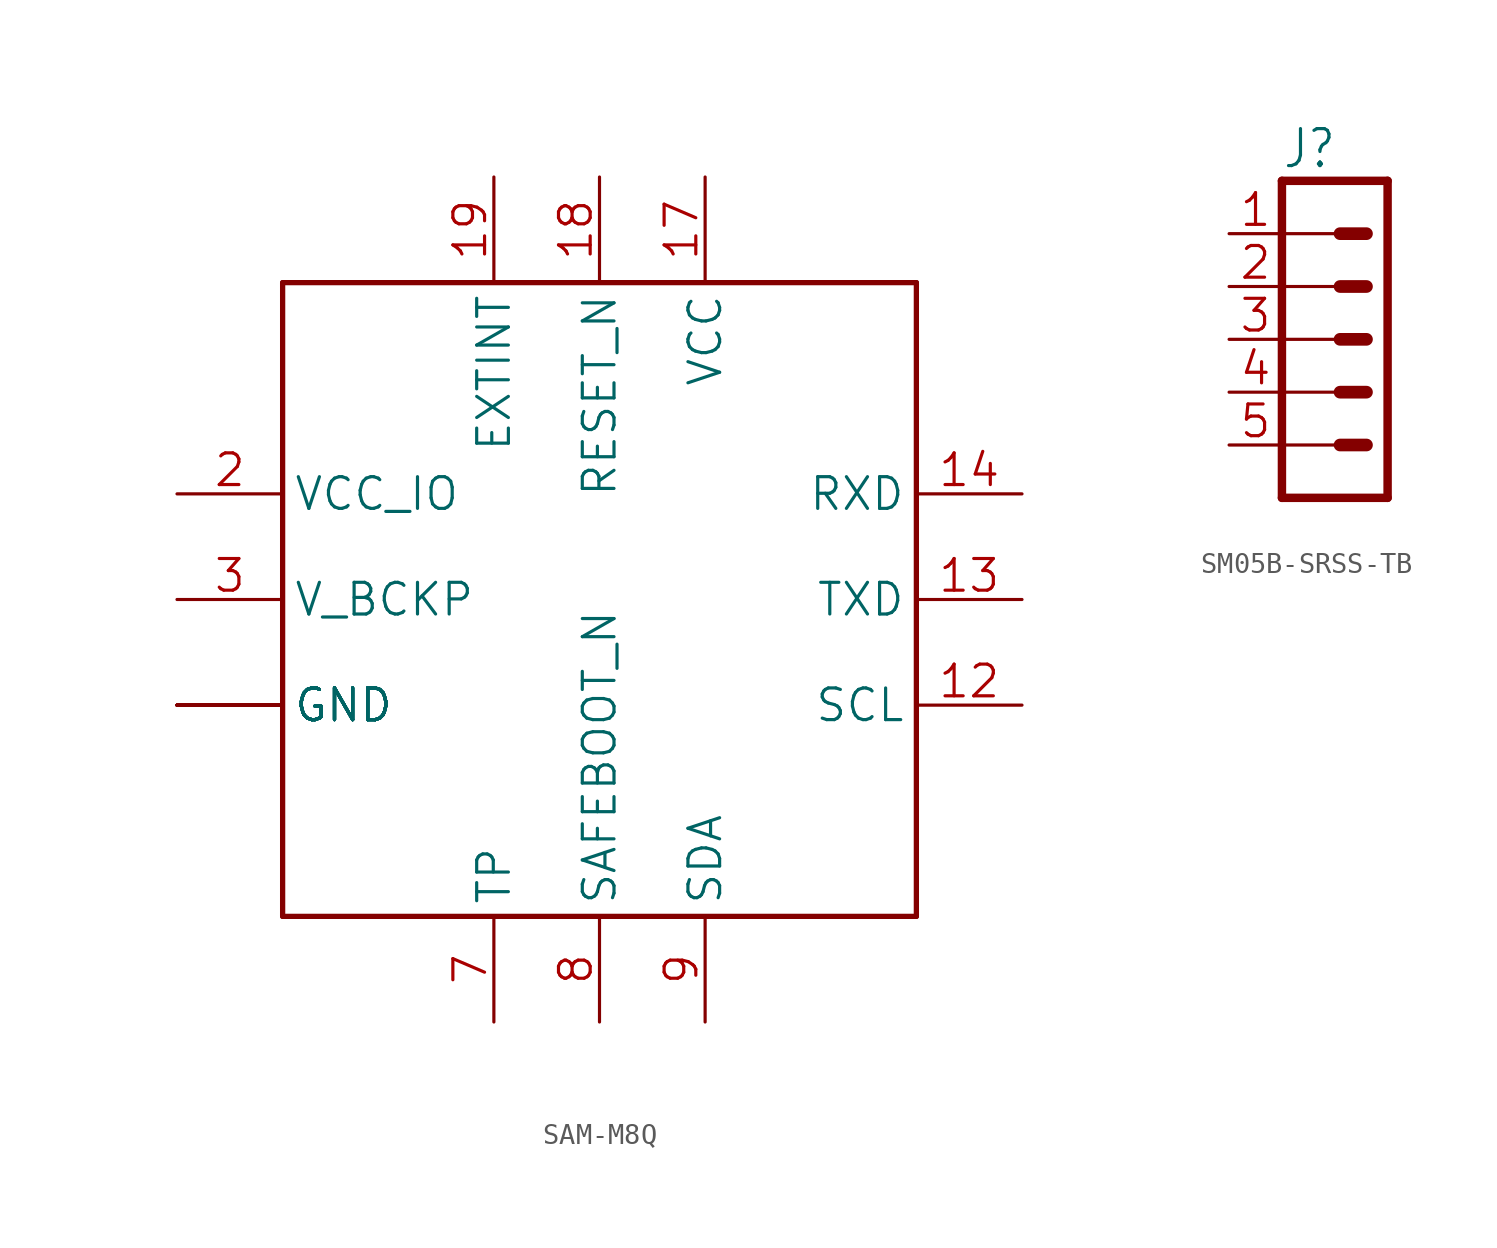
<source format=kicad_sym>
(kicad_symbol_lib
  (version 20241209)
  (generator "kicad_symbol_editor")
  (generator_version "9.0")
  (symbol "SAM-M8Q"
    (property "Reference" "IC"
      (at 0 0 0)
      (effects (font (size 1.27 1.27)) (hide yes)))
    (property "ki_locked" ""
      (at 0 0 0)
      (effects (font (size 1.27 1.27))))
    (symbol "SAM-M8Q_1_0"
      (polyline (pts (xy 0 30.48) (xy 0 0)) (stroke (width 0.254) (type solid)) (fill (type none)))
      (polyline (pts (xy 0 0) (xy 30.48 0)) (stroke (width 0.254) (type solid)) (fill (type none)))
      (polyline (pts (xy 30.48 30.48) (xy 0 30.48)) (stroke (width 0.254) (type solid)) (fill (type none)))
      (polyline (pts (xy 30.48 0) (xy 30.48 30.48)) (stroke (width 0.254) (type solid)) (fill (type none)))
      (pin bidirectional line (at -5.08 20.32 0) (length 5.08) (name "VCC_IO" (effects (font (size 1.524 1.524)))) (number "2" (effects (font (size 1.524 1.524)))))
      (pin bidirectional line (at -5.08 15.24 0) (length 5.08) (name "V_BCKP" (effects (font (size 1.524 1.524)))) (number "3" (effects (font (size 1.524 1.524)))))
      (pin bidirectional line (at -5.08 10.16 0) (length 5.08) (name "GND" (effects (font (size 1.524 1.524)))) (number "1" (effects (font (size 0 0)))))
      (pin bidirectional line (at -5.08 10.16 0) (length 5.08) (name "GND" (effects (font (size 1.524 1.524)))) (number "10" (effects (font (size 0 0)))))
      (pin bidirectional line (at -5.08 10.16 0) (length 5.08) (name "GND" (effects (font (size 1.524 1.524)))) (number "11" (effects (font (size 0 0)))))
      (pin bidirectional line (at -5.08 10.16 0) (length 5.08) (name "GND" (effects (font (size 1.524 1.524)))) (number "15" (effects (font (size 0 0)))))
      (pin bidirectional line (at -5.08 10.16 0) (length 5.08) (name "GND" (effects (font (size 1.524 1.524)))) (number "16" (effects (font (size 0 0)))))
      (pin bidirectional line (at -5.08 10.16 0) (length 5.08) (name "GND" (effects (font (size 1.524 1.524)))) (number "20" (effects (font (size 0 0)))))
      (pin bidirectional line (at -5.08 10.16 0) (length 5.08) (name "GND" (effects (font (size 1.524 1.524)))) (number "4" (effects (font (size 0 0)))))
      (pin bidirectional line (at -5.08 10.16 0) (length 5.08) (name "GND" (effects (font (size 1.524 1.524)))) (number "5" (effects (font (size 0 0)))))
      (pin bidirectional line (at -5.08 10.16 0) (length 5.08) (name "GND" (effects (font (size 1.524 1.524)))) (number "6" (effects (font (size 0 0)))))
      (pin bidirectional line (at 10.16 35.56 270) (length 5.08) (name "EXTINT" (effects (font (size 1.524 1.524)))) (number "19" (effects (font (size 1.524 1.524)))))
      (pin bidirectional line (at 10.16 -5.08 90) (length 5.08) (name "TP" (effects (font (size 1.524 1.524)))) (number "7" (effects (font (size 1.524 1.524)))))
      (pin bidirectional line (at 15.24 35.56 270) (length 5.08) (name "RESET_N" (effects (font (size 1.524 1.524)))) (number "18" (effects (font (size 1.524 1.524)))))
      (pin bidirectional line (at 15.24 -5.08 90) (length 5.08) (name "SAFEBOOT_N" (effects (font (size 1.524 1.524)))) (number "8" (effects (font (size 1.524 1.524)))))
      (pin bidirectional line (at 20.32 35.56 270) (length 5.08) (name "VCC" (effects (font (size 1.524 1.524)))) (number "17" (effects (font (size 1.524 1.524)))))
      (pin bidirectional line (at 20.32 -5.08 90) (length 5.08) (name "SDA" (effects (font (size 1.524 1.524)))) (number "9" (effects (font (size 1.524 1.524)))))
      (pin bidirectional line (at 35.56 20.32 180) (length 5.08) (name "RXD" (effects (font (size 1.524 1.524)))) (number "14" (effects (font (size 1.524 1.524)))))
      (pin bidirectional line (at 35.56 15.24 180) (length 5.08) (name "TXD" (effects (font (size 1.524 1.524)))) (number "13" (effects (font (size 1.524 1.524)))))
      (pin bidirectional line (at 35.56 10.16 180) (length 5.08) (name "SCL" (effects (font (size 1.524 1.524)))) (number "12" (effects (font (size 1.524 1.524)))))))
  (symbol "SM05B-SRSS-TB"
    (property "Reference" "J"
      (at -2.54 8.128 0)
      (effects (font (size 1.778 1.511)) (justify left bottom)))
    (property "ki_locked" ""
      (at 0 0 0)
      (effects (font (size 1.27 1.27))))
    (symbol "SM05B-SRSS-TB_1_0"
      (polyline (pts (xy -2.54 7.62) (xy -2.54 5.08)) (stroke (width 0.406) (type solid)) (fill (type none)))
      (polyline (pts (xy -2.54 7.62) (xy 2.54 7.62)) (stroke (width 0.406) (type solid)) (fill (type none)))
      (polyline (pts (xy -2.54 5.08) (xy -2.54 2.54)) (stroke (width 0.406) (type solid)) (fill (type none)))
      (polyline (pts (xy -2.54 5.08) (xy 0 5.08)) (stroke (width 0.152) (type solid)) (fill (type none)))
      (polyline (pts (xy -2.54 2.54) (xy -2.54 0)) (stroke (width 0.406) (type solid)) (fill (type none)))
      (polyline (pts (xy -2.54 2.54) (xy 0 2.54)) (stroke (width 0.152) (type solid)) (fill (type none)))
      (polyline (pts (xy -2.54 0) (xy -2.54 -2.54)) (stroke (width 0.406) (type solid)) (fill (type none)))
      (polyline (pts (xy -2.54 0) (xy 0 0)) (stroke (width 0.152) (type solid)) (fill (type none)))
      (polyline (pts (xy -2.54 -2.54) (xy -2.54 -5.08)) (stroke (width 0.406) (type solid)) (fill (type none)))
      (polyline (pts (xy -2.54 -2.54) (xy 0 -2.54)) (stroke (width 0.152) (type solid)) (fill (type none)))
      (polyline (pts (xy -2.54 -5.08) (xy -2.54 -7.62)) (stroke (width 0.406) (type solid)) (fill (type none)))
      (polyline (pts (xy -2.54 -5.08) (xy 0 -5.08)) (stroke (width 0.152) (type solid)) (fill (type none)))
      (polyline (pts (xy 0.254 5.08) (xy 1.524 5.08)) (stroke (width 0.61) (type solid)) (fill (type none)))
      (polyline (pts (xy 0.254 2.54) (xy 1.524 2.54)) (stroke (width 0.61) (type solid)) (fill (type none)))
      (polyline (pts (xy 0.254 0) (xy 1.524 0)) (stroke (width 0.61) (type solid)) (fill (type none)))
      (polyline (pts (xy 0.254 -2.54) (xy 1.524 -2.54)) (stroke (width 0.61) (type solid)) (fill (type none)))
      (polyline (pts (xy 0.254 -5.08) (xy 1.524 -5.08)) (stroke (width 0.61) (type solid)) (fill (type none)))
      (polyline (pts (xy 2.54 -7.62) (xy -2.54 -7.62)) (stroke (width 0.406) (type solid)) (fill (type none)))
      (polyline (pts (xy 2.54 -7.62) (xy 2.54 7.62)) (stroke (width 0.406) (type solid)) (fill (type none)))
      (pin passive line (at -5.08 5.08 0) (length 2.54) (name "1" (effects (font (size 0 0)))) (number "1" (effects (font (size 1.524 1.524)))))
      (pin passive line (at -5.08 2.54 0) (length 2.54) (name "2" (effects (font (size 0 0)))) (number "2" (effects (font (size 1.524 1.524)))))
      (pin passive line (at -5.08 0 0) (length 2.54) (name "3" (effects (font (size 0 0)))) (number "3" (effects (font (size 1.524 1.524)))))
      (pin passive line (at -5.08 -2.54 0) (length 2.54) (name "4" (effects (font (size 0 0)))) (number "4" (effects (font (size 1.524 1.524)))))
      (pin passive line (at -5.08 -5.08 0) (length 2.54) (name "5" (effects (font (size 0 0)))) (number "5" (effects (font (size 1.524 1.524)))))
      (pin passive line (at 0 -7.62 0) (length 0) (name "SH" (effects (font (size 0 0)))) (number "SH1" (effects (font (size 0 0)))))
      (pin passive line (at 0 -7.62 0) (length 0) (name "SH" (effects (font (size 0 0)))) (number "SH2" (effects (font (size 0 0))))))))
</source>
